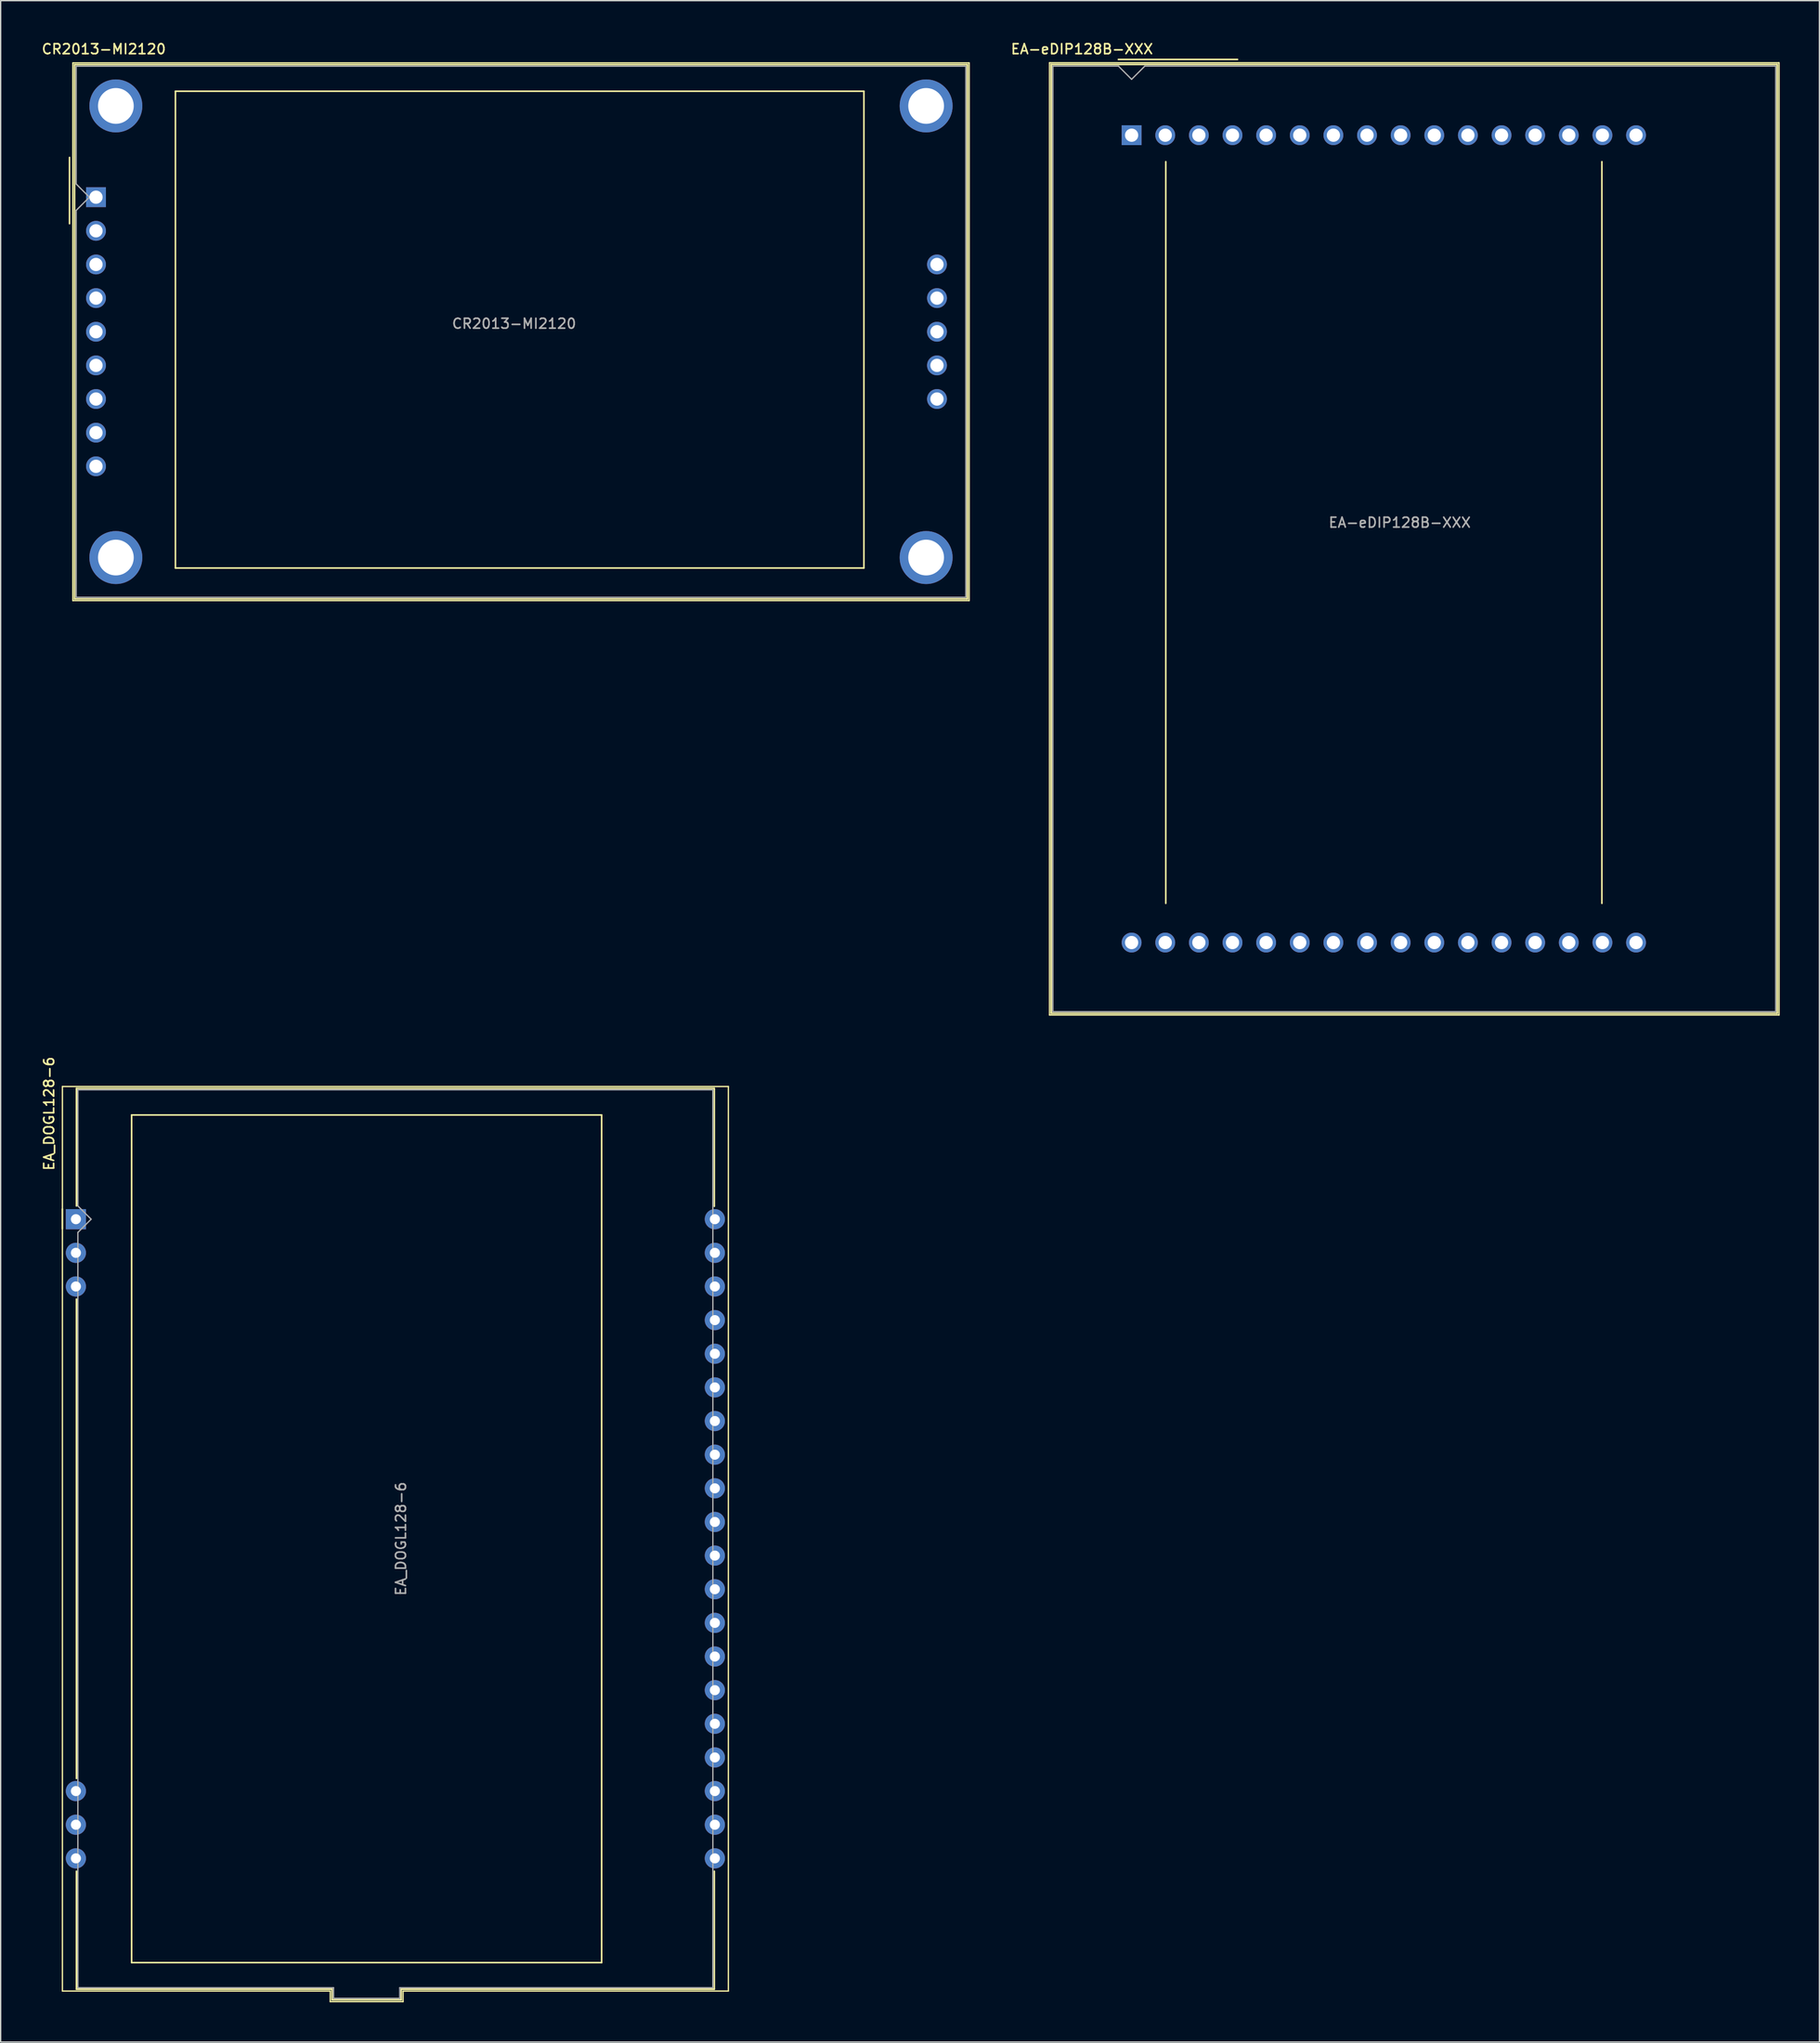
<source format=kicad_pcb>
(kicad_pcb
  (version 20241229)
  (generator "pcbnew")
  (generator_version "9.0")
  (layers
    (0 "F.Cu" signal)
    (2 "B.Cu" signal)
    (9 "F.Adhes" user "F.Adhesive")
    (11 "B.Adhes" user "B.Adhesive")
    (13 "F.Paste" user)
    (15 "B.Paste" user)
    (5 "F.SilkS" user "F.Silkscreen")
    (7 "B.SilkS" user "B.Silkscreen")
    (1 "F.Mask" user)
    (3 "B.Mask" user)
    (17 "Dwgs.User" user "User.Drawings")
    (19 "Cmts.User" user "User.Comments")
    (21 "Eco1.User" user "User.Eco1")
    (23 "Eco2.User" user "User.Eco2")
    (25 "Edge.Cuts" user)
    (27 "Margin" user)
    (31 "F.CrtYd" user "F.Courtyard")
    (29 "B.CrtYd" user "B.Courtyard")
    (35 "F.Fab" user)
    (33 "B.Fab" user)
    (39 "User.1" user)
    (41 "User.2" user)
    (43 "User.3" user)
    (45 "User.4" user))
  (footprint "CR2013-MI2120"
    (layer "F.Cu")
    (at 4.201 11.838)
    (property "Reference" "CR2013-MI2120" (at 0.59 -11.18 0) (layer "F.SilkS") (effects (font (size 0.75 0.75) (thickness 0.125))))
    (attr through_hole)
    (fp_line (start -2 -3) (end -2 2) (stroke (width 0.12) (type solid)) (layer "F.SilkS"))
    (fp_line (start -1.75 -10.14) (end 65.95 -10.14) (stroke (width 0.1) (type solid)) (layer "F.SilkS"))
    (fp_line (start -1.75 30.46) (end -1.75 -10.14) (stroke (width 0.1) (type solid)) (layer "F.SilkS"))
    (fp_line (start -1.62 -10.01) (end 65.82 -10.01) (stroke (width 0.12) (type solid)) (layer "F.SilkS"))
    (fp_line (start -1.62 30.33) (end -1.62 -10.01) (stroke (width 0.12) (type solid)) (layer "F.SilkS"))
    (fp_line (start 6 -8) (end 58 -8) (stroke (width 0.12) (type solid)) (layer "F.SilkS"))
    (fp_line (start 6 28) (end 6 -8) (stroke (width 0.12) (type solid)) (layer "F.SilkS"))
    (fp_line (start 58 -8) (end 58 28) (stroke (width 0.12) (type solid)) (layer "F.SilkS"))
    (fp_line (start 58 28) (end 6 28) (stroke (width 0.12) (type solid)) (layer "F.SilkS"))
    (fp_line (start 65.82 -10.01) (end 65.82 30.33) (stroke (width 0.12) (type solid)) (layer "F.SilkS"))
    (fp_line (start 65.82 30.33) (end -1.62 30.33) (stroke (width 0.12) (type solid)) (layer "F.SilkS"))
    (fp_line (start 65.95 -10.14) (end 65.95 30.46) (stroke (width 0.1) (type solid)) (layer "F.SilkS"))
    (fp_line (start 65.95 30.46) (end -1.75 30.46) (stroke (width 0.1) (type solid)) (layer "F.SilkS"))
    (fp_line (start -1.5 -9.89) (end 65.7 -9.89) (stroke (width 0.1) (type solid)) (layer "F.Fab"))
    (fp_line (start -1.5 -1) (end -1.5 -9.89) (stroke (width 0.1) (type solid)) (layer "F.Fab"))
    (fp_line (start -1.5 1) (end -0.5 0) (stroke (width 0.1) (type solid)) (layer "F.Fab"))
    (fp_line (start -1.5 30.21) (end -1.5 1) (stroke (width 0.1) (type solid)) (layer "F.Fab"))
    (fp_line (start -0.5 0) (end -1.5 -1) (stroke (width 0.1) (type solid)) (layer "F.Fab"))
    (fp_line (start 65.7 -9.89) (end 65.7 30.21) (stroke (width 0.1) (type solid)) (layer "F.Fab"))
    (fp_line (start 65.7 30.21) (end -1.5 30.21) (stroke (width 0.1) (type solid)) (layer "F.Fab"))
    (fp_text user "${REFERENCE}" (at 31.58 9.55 0) (layer "F.Fab") (effects (font (size 0.75 0.75) (thickness 0.125))))
    (pad "" thru_hole circle (at 1.5 -6.89) (size 4 4) (drill 2.7) (layers "*.Cu" "*.Mask"))
    (pad "" thru_hole circle (at 1.5 27.21) (size 4 4) (drill 2.7) (layers "*.Cu" "*.Mask"))
    (pad "" thru_hole circle (at 62.7 -6.89) (size 4 4) (drill 2.7) (layers "*.Cu" "*.Mask"))
    (pad "" thru_hole circle (at 62.7 27.21) (size 4 4) (drill 2.7) (layers "*.Cu" "*.Mask"))
    (pad "1" thru_hole rect (at 0 0) (size 1.5 1.5) (drill 1) (layers "*.Cu" "*.Mask"))
    (pad "2" thru_hole circle (at 0 2.54) (size 1.5 1.5) (drill 1) (layers "*.Cu" "*.Mask"))
    (pad "3" thru_hole circle (at 0 5.08) (size 1.5 1.5) (drill 1) (layers "*.Cu" "*.Mask"))
    (pad "4" thru_hole circle (at 0 7.62) (size 1.5 1.5) (drill 1) (layers "*.Cu" "*.Mask"))
    (pad "5" thru_hole circle (at 0 10.16) (size 1.5 1.5) (drill 1) (layers "*.Cu" "*.Mask"))
    (pad "6" thru_hole circle (at 0 12.7) (size 1.5 1.5) (drill 1) (layers "*.Cu" "*.Mask"))
    (pad "7" thru_hole circle (at 0 15.24) (size 1.5 1.5) (drill 1) (layers "*.Cu" "*.Mask"))
    (pad "8" thru_hole circle (at 0 17.78) (size 1.5 1.5) (drill 1) (layers "*.Cu" "*.Mask"))
    (pad "9" thru_hole circle (at 0 20.32) (size 1.5 1.5) (drill 1) (layers "*.Cu" "*.Mask"))
    (pad "10" thru_hole circle (at 63.52 5.08) (size 1.5 1.5) (drill 1) (layers "*.Cu" "*.Mask"))
    (pad "11" thru_hole circle (at 63.52 7.62) (size 1.5 1.5) (drill 1) (layers "*.Cu" "*.Mask"))
    (pad "12" thru_hole circle (at 63.52 10.16) (size 1.5 1.5) (drill 1) (layers "*.Cu" "*.Mask"))
    (pad "13" thru_hole circle (at 63.52 12.7) (size 1.5 1.5) (drill 1) (layers "*.Cu" "*.Mask"))
    (pad "14" thru_hole circle (at 63.52 15.24) (size 1.5 1.5) (drill 1) (layers "*.Cu" "*.Mask")))
  (footprint "EA-eDIP128B-XXX"
    (layer "F.Cu")
    (at 82.421 7.158)
    (property "Reference" "EA-eDIP128B-XXX" (at -3.75 -6.5 0) (layer "F.SilkS") (effects (font (size 0.75 0.75) (thickness 0.125))))
    (attr through_hole)
    (fp_line (start -6.2 -5.47) (end 48.9 -5.47) (stroke (width 0.1) (type solid)) (layer "F.SilkS"))
    (fp_line (start -6.2 66.43) (end -6.2 -5.47) (stroke (width 0.1) (type solid)) (layer "F.SilkS"))
    (fp_line (start -6.07 -5.34) (end 48.77 -5.34) (stroke (width 0.12) (type solid)) (layer "F.SilkS"))
    (fp_line (start -6.07 66.3) (end -6.07 -5.34) (stroke (width 0.12) (type solid)) (layer "F.SilkS"))
    (fp_line (start -1 -5.72) (end 8 -5.72) (stroke (width 0.12) (type solid)) (layer "F.SilkS"))
    (fp_line (start 2.58 58) (end 2.58 2) (stroke (width 0.12) (type solid)) (layer "F.SilkS"))
    (fp_line (start 35.52 2) (end 35.52 58) (stroke (width 0.12) (type solid)) (layer "F.SilkS"))
    (fp_line (start 48.77 -5.34) (end 48.77 66.3) (stroke (width 0.12) (type solid)) (layer "F.SilkS"))
    (fp_line (start 48.77 66.3) (end -6.07 66.3) (stroke (width 0.12) (type solid)) (layer "F.SilkS"))
    (fp_line (start 48.9 -5.47) (end 48.9 66.43) (stroke (width 0.1) (type solid)) (layer "F.SilkS"))
    (fp_line (start 48.9 66.43) (end -6.2 66.43) (stroke (width 0.1) (type solid)) (layer "F.SilkS"))
    (fp_line (start -5.95 -5.22) (end -1 -5.22) (stroke (width 0.1) (type solid)) (layer "F.Fab"))
    (fp_line (start -5.95 66.18) (end -5.95 -5.22) (stroke (width 0.1) (type solid)) (layer "F.Fab"))
    (fp_line (start -1 -5.22) (end 0 -4.22) (stroke (width 0.1) (type solid)) (layer "F.Fab"))
    (fp_line (start 0 -4.22) (end 1 -5.22) (stroke (width 0.1) (type solid)) (layer "F.Fab"))
    (fp_line (start 1 -5.22) (end 48.65 -5.22) (stroke (width 0.1) (type solid)) (layer "F.Fab"))
    (fp_line (start 48.65 -5.22) (end 48.65 66.18) (stroke (width 0.1) (type solid)) (layer "F.Fab"))
    (fp_line (start 48.65 66.18) (end -5.95 66.18) (stroke (width 0.1) (type solid)) (layer "F.Fab"))
    (fp_text user "${REFERENCE}" (at 20.25 29.25 0) (layer "F.Fab") (effects (font (size 0.75 0.75) (thickness 0.125))))
    (pad "1" thru_hole rect (at 0 0) (size 1.5 1.5) (drill 1) (layers "*.Cu" "*.Mask"))
    (pad "2" thru_hole circle (at 2.54 0) (size 1.5 1.5) (drill 1) (layers "*.Cu" "*.Mask"))
    (pad "3" thru_hole circle (at 5.08 0) (size 1.5 1.5) (drill 1) (layers "*.Cu" "*.Mask"))
    (pad "4" thru_hole circle (at 7.62 0) (size 1.5 1.5) (drill 1) (layers "*.Cu" "*.Mask"))
    (pad "5" thru_hole circle (at 10.16 0) (size 1.5 1.5) (drill 1) (layers "*.Cu" "*.Mask"))
    (pad "6" thru_hole circle (at 12.7 0) (size 1.5 1.5) (drill 1) (layers "*.Cu" "*.Mask"))
    (pad "7" thru_hole circle (at 15.24 0) (size 1.5 1.5) (drill 1) (layers "*.Cu" "*.Mask"))
    (pad "8" thru_hole circle (at 17.78 0) (size 1.5 1.5) (drill 1) (layers "*.Cu" "*.Mask"))
    (pad "9" thru_hole circle (at 20.32 0) (size 1.5 1.5) (drill 1) (layers "*.Cu" "*.Mask"))
    (pad "10" thru_hole circle (at 22.86 0) (size 1.5 1.5) (drill 1) (layers "*.Cu" "*.Mask"))
    (pad "11" thru_hole circle (at 25.4 0) (size 1.5 1.5) (drill 1) (layers "*.Cu" "*.Mask"))
    (pad "12" thru_hole circle (at 27.94 0) (size 1.5 1.5) (drill 1) (layers "*.Cu" "*.Mask"))
    (pad "13" thru_hole circle (at 30.48 0) (size 1.5 1.5) (drill 1) (layers "*.Cu" "*.Mask"))
    (pad "14" thru_hole circle (at 33.02 0) (size 1.5 1.5) (drill 1) (layers "*.Cu" "*.Mask"))
    (pad "15" thru_hole circle (at 35.56 0) (size 1.5 1.5) (drill 1) (layers "*.Cu" "*.Mask"))
    (pad "16" thru_hole circle (at 38.1 0) (size 1.5 1.5) (drill 1) (layers "*.Cu" "*.Mask"))
    (pad "17" thru_hole circle (at 38.1 60.96) (size 1.5 1.5) (drill 1) (layers "*.Cu" "*.Mask"))
    (pad "18" thru_hole circle (at 35.56 60.96) (size 1.5 1.5) (drill 1) (layers "*.Cu" "*.Mask"))
    (pad "19" thru_hole circle (at 33.02 60.96) (size 1.5 1.5) (drill 1) (layers "*.Cu" "*.Mask"))
    (pad "20" thru_hole circle (at 30.48 60.96) (size 1.5 1.5) (drill 1) (layers "*.Cu" "*.Mask"))
    (pad "21" thru_hole circle (at 27.94 60.96) (size 1.5 1.5) (drill 1) (layers "*.Cu" "*.Mask"))
    (pad "22" thru_hole circle (at 25.4 60.96) (size 1.5 1.5) (drill 1) (layers "*.Cu" "*.Mask"))
    (pad "23" thru_hole circle (at 22.86 60.96) (size 1.5 1.5) (drill 1) (layers "*.Cu" "*.Mask"))
    (pad "24" thru_hole circle (at 20.32 60.96) (size 1.5 1.5) (drill 1) (layers "*.Cu" "*.Mask"))
    (pad "25" thru_hole circle (at 17.78 60.96) (size 1.5 1.5) (drill 1) (layers "*.Cu" "*.Mask"))
    (pad "26" thru_hole circle (at 15.24 60.96) (size 1.5 1.5) (drill 1) (layers "*.Cu" "*.Mask"))
    (pad "27" thru_hole circle (at 12.7 60.96) (size 1.5 1.5) (drill 1) (layers "*.Cu" "*.Mask"))
    (pad "28" thru_hole circle (at 10.16 60.96) (size 1.5 1.5) (drill 1) (layers "*.Cu" "*.Mask"))
    (pad "29" thru_hole circle (at 7.62 60.96) (size 1.5 1.5) (drill 1) (layers "*.Cu" "*.Mask"))
    (pad "30" thru_hole circle (at 5.08 60.96) (size 1.5 1.5) (drill 1) (layers "*.Cu" "*.Mask"))
    (pad "31" thru_hole circle (at 2.54 60.96) (size 1.5 1.5) (drill 1) (layers "*.Cu" "*.Mask"))
    (pad "32" thru_hole circle (at 0 60.96) (size 1.5 1.5) (drill 1) (layers "*.Cu" "*.Mask")))
  (footprint "EA_DOGL128-6"
    (layer "F.Cu")
    (at 2.683 89.006)
    (property "Reference" "EA_DOGL128-6" (at -2.025 -7.97 270) (layer "F.SilkS") (effects (font (size 0.75 0.75) (thickness 0.125))))
    (attr through_hole)
    (fp_line (start -1.025 -0.77) (end -1.025 0.73) (stroke (width 0.12) (type solid)) (layer "F.SilkS"))
    (fp_line (start -1.02 -10.02) (end -1.02 58.28) (stroke (width 0.1) (type solid)) (layer "F.SilkS"))
    (fp_line (start -1.02 -10.02) (end 49.28 -10.02) (stroke (width 0.1) (type solid)) (layer "F.SilkS"))
    (fp_line (start 0.04 -9.88) (end 0.04 -1) (stroke (width 0.12) (type solid)) (layer "F.SilkS"))
    (fp_line (start 0.04 -9.88) (end 48.22 -9.88) (stroke (width 0.12) (type solid)) (layer "F.SilkS"))
    (fp_line (start 0.04 42.23) (end 0.04 6.03) (stroke (width 0.12) (type solid)) (layer "F.SilkS"))
    (fp_line (start 0.04 58.14) (end 0.04 49.23) (stroke (width 0.12) (type solid)) (layer "F.SilkS"))
    (fp_line (start 4.21 -7.87) (end 4.21 56.13) (stroke (width 0.12) (type solid)) (layer "F.SilkS"))
    (fp_line (start 4.21 56.13) (end 39.71 56.13) (stroke (width 0.12) (type solid)) (layer "F.SilkS"))
    (fp_line (start 19.21 58.28) (end -1.02 58.28) (stroke (width 0.1) (type solid)) (layer "F.SilkS"))
    (fp_line (start 19.21 59.08) (end 19.21 58.28) (stroke (width 0.1) (type solid)) (layer "F.SilkS"))
    (fp_line (start 19.35 58.14) (end 0.04 58.14) (stroke (width 0.12) (type solid)) (layer "F.SilkS"))
    (fp_line (start 19.35 58.94) (end 19.35 58.14) (stroke (width 0.12) (type solid)) (layer "F.SilkS"))
    (fp_line (start 24.57 58.14) (end 24.57 58.94) (stroke (width 0.12) (type solid)) (layer "F.SilkS"))
    (fp_line (start 24.57 58.94) (end 19.35 58.94) (stroke (width 0.12) (type solid)) (layer "F.SilkS"))
    (fp_line (start 24.71 58.28) (end 24.71 59.08) (stroke (width 0.1) (type solid)) (layer "F.SilkS"))
    (fp_line (start 24.71 59.08) (end 19.21 59.08) (stroke (width 0.1) (type solid)) (layer "F.SilkS"))
    (fp_line (start 39.71 -7.87) (end 4.21 -7.87) (stroke (width 0.12) (type solid)) (layer "F.SilkS"))
    (fp_line (start 39.71 56.13) (end 39.71 -7.87) (stroke (width 0.12) (type solid)) (layer "F.SilkS"))
    (fp_line (start 48.22 -9.88) (end 48.22 -0.97) (stroke (width 0.12) (type solid)) (layer "F.SilkS"))
    (fp_line (start 48.22 49.23) (end 48.22 58.14) (stroke (width 0.12) (type solid)) (layer "F.SilkS"))
    (fp_line (start 48.22 58.14) (end 24.57 58.14) (stroke (width 0.12) (type solid)) (layer "F.SilkS"))
    (fp_line (start 49.28 -10.02) (end 49.28 58.28) (stroke (width 0.1) (type solid)) (layer "F.SilkS"))
    (fp_line (start 49.28 58.28) (end 24.71 58.28) (stroke (width 0.1) (type solid)) (layer "F.SilkS"))
    (fp_line (start 0.15 -9.77) (end 0.15 -1) (stroke (width 0.1) (type solid)) (layer "F.Fab"))
    (fp_line (start 0.15 -1) (end 1.15 0) (stroke (width 0.1) (type solid)) (layer "F.Fab"))
    (fp_line (start 0.15 58.03) (end 0.15 1) (stroke (width 0.1) (type solid)) (layer "F.Fab"))
    (fp_line (start 1.15 0) (end 0.15 1) (stroke (width 0.1) (type solid)) (layer "F.Fab"))
    (fp_line (start 19.46 58.03) (end 0.15 58.03) (stroke (width 0.1) (type solid)) (layer "F.Fab"))
    (fp_line (start 19.46 58.03) (end 19.46 58.83) (stroke (width 0.1) (type solid)) (layer "F.Fab"))
    (fp_line (start 19.46 58.83) (end 24.46 58.83) (stroke (width 0.1) (type solid)) (layer "F.Fab"))
    (fp_line (start 24.46 58.83) (end 24.46 58.03) (stroke (width 0.1) (type solid)) (layer "F.Fab"))
    (fp_line (start 48.11 -9.77) (end 0.15 -9.77) (stroke (width 0.1) (type solid)) (layer "F.Fab"))
    (fp_line (start 48.11 58.03) (end 24.46 58.03) (stroke (width 0.1) (type solid)) (layer "F.Fab"))
    (fp_line (start 48.11 58.03) (end 48.11 -9.77) (stroke (width 0.1) (type solid)) (layer "F.Fab"))
    (fp_text user "${REFERENCE}" (at 24.55 24.13 270) (layer "F.Fab") (effects (font (size 0.75 0.75) (thickness 0.125))))
    (pad "1" thru_hole rect (at 0 0 270) (size 1.524 1.524) (drill 0.762) (layers "*.Cu" "*.Mask"))
    (pad "2" thru_hole circle (at 0 2.54 270) (size 1.524 1.524) (drill 0.762) (layers "*.Cu" "*.Mask"))
    (pad "3" thru_hole circle (at 0 5.08 270) (size 1.524 1.524) (drill 0.762) (layers "*.Cu" "*.Mask"))
    (pad "18" thru_hole circle (at 0 43.18 270) (size 1.524 1.524) (drill 0.762) (layers "*.Cu" "*.Mask"))
    (pad "19" thru_hole circle (at 0 45.72 270) (size 1.524 1.524) (drill 0.762) (layers "*.Cu" "*.Mask"))
    (pad "20" thru_hole circle (at 0 48.26 270) (size 1.524 1.524) (drill 0.762) (layers "*.Cu" "*.Mask"))
    (pad "21" thru_hole circle (at 48.26 48.26 270) (size 1.524 1.524) (drill 0.762) (layers "*.Cu" "*.Mask"))
    (pad "22" thru_hole circle (at 48.26 45.72 270) (size 1.524 1.524) (drill 0.762) (layers "*.Cu" "*.Mask"))
    (pad "23" thru_hole circle (at 48.26 43.18 270) (size 1.524 1.524) (drill 0.762) (layers "*.Cu" "*.Mask"))
    (pad "24" thru_hole circle (at 48.26 40.64 270) (size 1.524 1.524) (drill 0.762) (layers "*.Cu" "*.Mask"))
    (pad "25" thru_hole circle (at 48.26 38.1 270) (size 1.524 1.524) (drill 0.762) (layers "*.Cu" "*.Mask"))
    (pad "26" thru_hole circle (at 48.26 35.56 270) (size 1.524 1.524) (drill 0.762) (layers "*.Cu" "*.Mask"))
    (pad "27" thru_hole circle (at 48.26 33.02 270) (size 1.524 1.524) (drill 0.762) (layers "*.Cu" "*.Mask"))
    (pad "28" thru_hole circle (at 48.26 30.48 270) (size 1.524 1.524) (drill 0.762) (layers "*.Cu" "*.Mask"))
    (pad "29" thru_hole circle (at 48.26 27.94 270) (size 1.524 1.524) (drill 0.762) (layers "*.Cu" "*.Mask"))
    (pad "30" thru_hole circle (at 48.26 25.4 270) (size 1.524 1.524) (drill 0.762) (layers "*.Cu" "*.Mask"))
    (pad "31" thru_hole circle (at 48.26 22.86 270) (size 1.524 1.524) (drill 0.762) (layers "*.Cu" "*.Mask"))
    (pad "32" thru_hole circle (at 48.26 20.32 270) (size 1.524 1.524) (drill 0.762) (layers "*.Cu" "*.Mask"))
    (pad "33" thru_hole circle (at 48.26 17.78 270) (size 1.524 1.524) (drill 0.762) (layers "*.Cu" "*.Mask"))
    (pad "34" thru_hole circle (at 48.26 15.24 270) (size 1.524 1.524) (drill 0.762) (layers "*.Cu" "*.Mask"))
    (pad "35" thru_hole circle (at 48.26 12.7 270) (size 1.524 1.524) (drill 0.762) (layers "*.Cu" "*.Mask"))
    (pad "36" thru_hole circle (at 48.26 10.16 270) (size 1.524 1.524) (drill 0.762) (layers "*.Cu" "*.Mask"))
    (pad "37" thru_hole circle (at 48.26 7.62 270) (size 1.524 1.524) (drill 0.762) (layers "*.Cu" "*.Mask"))
    (pad "38" thru_hole circle (at 48.26 5.08 270) (size 1.524 1.524) (drill 0.762) (layers "*.Cu" "*.Mask"))
    (pad "39" thru_hole circle (at 48.26 2.54 270) (size 1.524 1.524) (drill 0.762) (layers "*.Cu" "*.Mask"))
    (pad "40" thru_hole circle (at 48.26 0 270) (size 1.524 1.524) (drill 0.762) (layers "*.Cu" "*.Mask")))
  (gr_rect
    (start -3 -3)
    (end 134.371 151.136)
    (stroke (width 0.1) (type default))
    (fill no)
    (layer "Edge.Cuts")))
</source>
